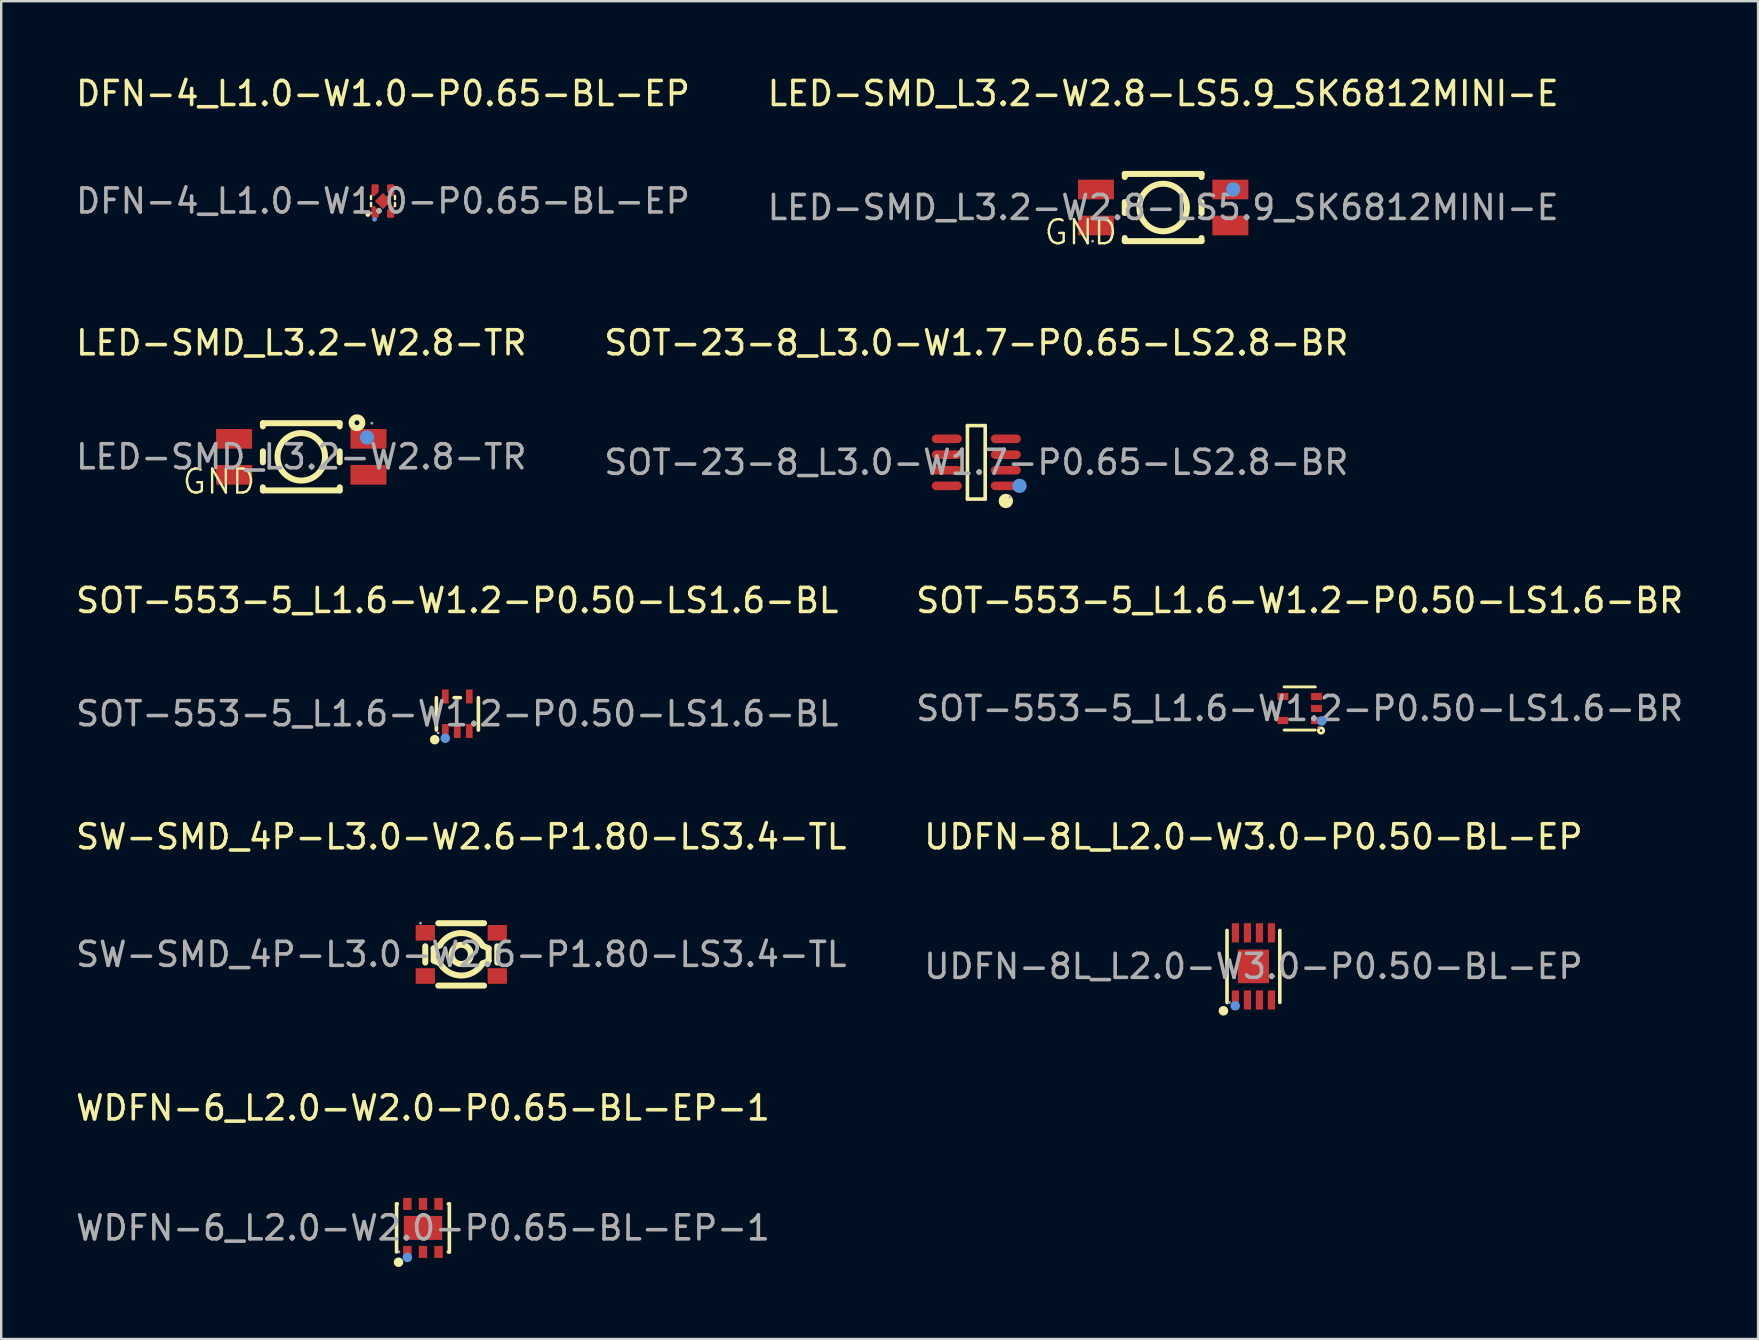
<source format=kicad_pcb>
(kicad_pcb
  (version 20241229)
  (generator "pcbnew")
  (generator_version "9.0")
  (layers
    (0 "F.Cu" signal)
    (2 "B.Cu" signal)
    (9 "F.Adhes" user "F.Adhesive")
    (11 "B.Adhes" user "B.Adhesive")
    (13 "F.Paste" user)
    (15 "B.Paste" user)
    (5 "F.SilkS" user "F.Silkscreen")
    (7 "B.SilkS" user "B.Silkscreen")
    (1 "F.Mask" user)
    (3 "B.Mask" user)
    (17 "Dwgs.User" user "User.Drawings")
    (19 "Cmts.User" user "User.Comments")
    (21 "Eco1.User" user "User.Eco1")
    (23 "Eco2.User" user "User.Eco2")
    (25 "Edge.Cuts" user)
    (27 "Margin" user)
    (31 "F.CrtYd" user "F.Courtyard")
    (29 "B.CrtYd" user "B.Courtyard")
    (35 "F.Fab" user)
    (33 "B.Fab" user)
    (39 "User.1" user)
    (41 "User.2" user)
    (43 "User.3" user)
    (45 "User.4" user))
  (footprint "SOT-553-5_L1.6-W1.2-P0.50-LS1.6-BR"
    (layer "F.Cu")
    (at 51.113 26.475)
    (property "Reference" "SOT-553-5_L1.6-W1.2-P0.50-LS1.6-BR" (at 0 -4.5 0) (layer "F.SilkS") (effects (font (size 1 1) (thickness 0.15))))
    (attr smd)
    (fp_line (start -0.65 -0.9) (end 0.65 -0.9) (stroke (width 0.12) (type solid)) (layer "F.SilkS"))
    (fp_line (start -0.65 0.9) (end 0.65 0.9) (stroke (width 0.12) (type solid)) (layer "F.SilkS"))
    (fp_circle (center 0.89 0.92) (end 0.94 0.92) (stroke (width 0.12) (type solid)) (fill no) (layer "F.SilkS"))
    (fp_circle (center 0.92 0.52) (end 1.02 0.52) (stroke (width 0.2) (type solid)) (fill no) (layer "Cmts.User"))
    (fp_circle (center 0.8 0.8) (end 0.83 0.8) (stroke (width 0.06) (type solid)) (fill no) (layer "F.Fab"))
    (fp_text user "${REFERENCE}" (at 0 0 0) (layer "F.Fab") (effects (font (size 1 1) (thickness 0.15))))
    (pad "1" smd rect (at 0.7 0.5) (size 0.45 0.3) (layers "F.Cu" "F.Mask" "F.Paste"))
    (pad "2" smd rect (at 0.7 0) (size 0.45 0.3) (layers "F.Cu" "F.Mask" "F.Paste"))
    (pad "3" smd rect (at 0.7 -0.5) (size 0.45 0.3) (layers "F.Cu" "F.Mask" "F.Paste"))
    (pad "4" smd rect (at -0.7 -0.5) (size 0.45 0.3) (layers "F.Cu" "F.Mask" "F.Paste"))
    (pad "5" smd rect (at -0.7 0.5) (size 0.45 0.3) (layers "F.Cu" "F.Mask" "F.Paste")))
  (footprint "LED-SMD_L3.2-W2.8-TR"
    (layer "F.Cu")
    (at 9.506 15.987)
    (property "Reference" "LED-SMD_L3.2-W2.8-TR" (at 0 -4.75 0) (layer "F.SilkS") (effects (font (size 1 1) (thickness 0.15))))
    (attr smd)
    (fp_line (start -1.6 -1.4) (end -1.6 -1.27) (stroke (width 0.25) (type solid)) (layer "F.SilkS"))
    (fp_line (start -1.6 -1.4) (end 1.6 -1.4) (stroke (width 0.25) (type solid)) (layer "F.SilkS"))
    (fp_line (start -1.6 -0.23) (end -1.6 0.23) (stroke (width 0.25) (type solid)) (layer "F.SilkS"))
    (fp_line (start -1.6 1.27) (end -1.6 1.4) (stroke (width 0.25) (type solid)) (layer "F.SilkS"))
    (fp_line (start -1.6 1.4) (end 1.6 1.4) (stroke (width 0.25) (type solid)) (layer "F.SilkS"))
    (fp_line (start 1.6 -1.4) (end 1.6 -1.27) (stroke (width 0.25) (type solid)) (layer "F.SilkS"))
    (fp_line (start 1.6 -0.23) (end 1.6 0.23) (stroke (width 0.25) (type solid)) (layer "F.SilkS"))
    (fp_line (start 1.6 1.27) (end 1.6 1.4) (stroke (width 0.25) (type solid)) (layer "F.SilkS"))
    (fp_circle (center 0 0) (end 0.99 0) (stroke (width 0.25) (type solid)) (fill no) (layer "F.SilkS"))
    (fp_circle (center 2.32 -1.42) (end 2.42 -1.42) (stroke (width 0.25) (type solid)) (fill no) (layer "F.SilkS"))
    (fp_circle (center 2.74 -0.81) (end 2.89 -0.81) (stroke (width 0.3) (type solid)) (fill no) (layer "Cmts.User"))
    (fp_circle (center 2.94 -1.4) (end 2.97 -1.4) (stroke (width 0.06) (type solid)) (fill no) (layer "F.Fab"))
    (fp_text user "GND" (at -5.02 1.03 0) (layer "F.SilkS") (effects (font (size 1 1) (thickness 0.1)) (justify left)))
    (fp_text user "${REFERENCE}" (at 0 0 0) (layer "F.Fab") (effects (font (size 1 1) (thickness 0.15))))
    (pad "1" smd rect (at 2.8 -0.75 90) (size 0.82 1.5) (layers "F.Cu" "F.Mask" "F.Paste"))
    (pad "2" smd rect (at 2.8 0.75 90) (size 0.82 1.5) (layers "F.Cu" "F.Mask" "F.Paste"))
    (pad "3" smd rect (at -2.8 0.75 90) (size 0.82 1.5) (layers "F.Cu" "F.Mask" "F.Paste"))
    (pad "4" smd rect (at -2.8 -0.75 90) (size 0.82 1.5) (layers "F.Cu" "F.Mask" "F.Paste")))
  (footprint "SOT-553-5_L1.6-W1.2-P0.50-LS1.6-BL"
    (layer "F.Cu")
    (at 16.006 26.695)
    (property "Reference" "SOT-553-5_L1.6-W1.2-P0.50-LS1.6-BL" (at 0 -4.72 0) (layer "F.SilkS") (effects (font (size 1 1) (thickness 0.15))))
    (attr smd)
    (fp_line (start -0.87 0.68) (end -0.87 -0.67) (stroke (width 0.15) (type solid)) (layer "F.SilkS"))
    (fp_line (start 0.13 -0.67) (end -0.13 -0.67) (stroke (width 0.15) (type solid)) (layer "F.SilkS"))
    (fp_line (start 0.88 0.68) (end 0.88 -0.67) (stroke (width 0.15) (type solid)) (layer "F.SilkS"))
    (fp_circle (center -0.94 1.08) (end -0.84 1.08) (stroke (width 0.2) (type solid)) (fill no) (layer "F.SilkS"))
    (fp_circle (center -0.5 1.02) (end -0.4 1.02) (stroke (width 0.2) (type solid)) (fill no) (layer "Cmts.User"))
    (fp_circle (center -0.8 0.8) (end -0.77 0.8) (stroke (width 0.06) (type solid)) (fill no) (layer "F.Fab"))
    (fp_text user "${REFERENCE}" (at 0 0 0) (layer "F.Fab") (effects (font (size 1 1) (thickness 0.15))))
    (pad "1" smd rect (at -0.5 0.72) (size 0.28 0.58) (layers "F.Cu" "F.Mask" "F.Paste"))
    (pad "2" smd rect (at 0 0.72) (size 0.28 0.58) (layers "F.Cu" "F.Mask" "F.Paste"))
    (pad "3" smd rect (at 0.5 0.72) (size 0.28 0.58) (layers "F.Cu" "F.Mask" "F.Paste"))
    (pad "4" smd rect (at 0.5 -0.72) (size 0.28 0.58) (layers "F.Cu" "F.Mask" "F.Paste"))
    (pad "5" smd rect (at -0.5 -0.72) (size 0.28 0.58) (layers "F.Cu" "F.Mask" "F.Paste")))
  (footprint "UDFN-8L_L2.0-W3.0-P0.50-BL-EP"
    (layer "F.Cu")
    (at 49.185 37.224)
    (property "Reference" "UDFN-8L_L2.0-W3.0-P0.50-BL-EP" (at 0 -5.4 0) (layer "F.SilkS") (effects (font (size 1 1) (thickness 0.15))))
    (attr smd)
    (fp_line (start -1.1 1.5) (end -1.1 -1.5) (stroke (width 0.15) (type solid)) (layer "F.SilkS"))
    (fp_line (start 1.1 -1.5) (end 1.1 1.5) (stroke (width 0.15) (type solid)) (layer "F.SilkS"))
    (fp_circle (center -1.25 1.85) (end -1.15 1.85) (stroke (width 0.2) (type solid)) (fill no) (layer "F.SilkS"))
    (fp_circle (center -0.76 1.64) (end -0.66 1.64) (stroke (width 0.2) (type solid)) (fill no) (layer "Cmts.User"))
    (fp_circle (center -1 1.5) (end -0.97 1.5) (stroke (width 0.06) (type solid)) (fill no) (layer "F.Fab"))
    (fp_text user "${REFERENCE}" (at 0 0 0) (layer "F.Fab") (effects (font (size 1 1) (thickness 0.15))))
    (pad "1" smd rect (at -0.75 1.4 180) (size 0.3 0.8) (layers "F.Cu" "F.Mask" "F.Paste"))
    (pad "2" smd rect (at -0.25 1.4) (size 0.3 0.8) (layers "F.Cu" "F.Mask" "F.Paste"))
    (pad "3" smd rect (at 0.25 1.4) (size 0.3 0.8) (layers "F.Cu" "F.Mask" "F.Paste"))
    (pad "4" smd rect (at 0.75 1.4) (size 0.3 0.8) (layers "F.Cu" "F.Mask" "F.Paste"))
    (pad "5" smd rect (at 0.75 -1.4) (size 0.3 0.8) (layers "F.Cu" "F.Mask" "F.Paste"))
    (pad "6" smd rect (at 0.25 -1.4) (size 0.3 0.8) (layers "F.Cu" "F.Mask" "F.Paste"))
    (pad "7" smd rect (at -0.25 -1.4) (size 0.3 0.8) (layers "F.Cu" "F.Mask" "F.Paste"))
    (pad "8" smd rect (at -0.75 -1.4) (size 0.3 0.8) (layers "F.Cu" "F.Mask" "F.Paste"))
    (pad "9" smd rect (at 0 0 180) (size 1.3 1.4) (layers "F.Cu" "F.Mask" "F.Paste")))
  (footprint "DFN-4_L1.0-W1.0-P0.65-BL-EP"
    (layer "F.Cu")
    (at 12.911 5.328)
    (property "Reference" "DFN-4_L1.0-W1.0-P0.65-BL-EP" (at 0 -4.48 0) (layer "F.SilkS") (effects (font (size 1 1) (thickness 0.15))))
    (attr smd)
    (fp_line (start -0.5 -0.21) (end -0.5 -0.08) (stroke (width 0.1) (type solid)) (layer "F.SilkS"))
    (fp_line (start -0.5 0.08) (end -0.5 0.21) (stroke (width 0.1) (type solid)) (layer "F.SilkS"))
    (fp_line (start 0.5 -0.21) (end 0.5 -0.08) (stroke (width 0.1) (type solid)) (layer "F.SilkS"))
    (fp_line (start 0.5 0.08) (end 0.5 0.21) (stroke (width 0.1) (type solid)) (layer "F.SilkS"))
    (fp_circle (center -0.63 0.56) (end -0.58 0.56) (stroke (width 0.1) (type solid)) (fill no) (layer "F.SilkS"))
    (fp_circle (center -0.35 0.76) (end -0.3 0.76) (stroke (width 0.1) (type solid)) (fill no) (layer "Cmts.User"))
    (fp_circle (center -0.5 0.5) (end -0.47 0.5) (stroke (width 0.06) (type solid)) (fill no) (layer "F.Fab"))
    (fp_text user "${REFERENCE}" (at 0 0 0) (layer "F.Fab") (effects (font (size 1 1) (thickness 0.15))))
    (pad "1" smd custom (at -0.32 0.48) (size 0.01 0.01) (layers "F.Cu" "F.Mask" "F.Paste") (options (anchor circle)) (primitives (gr_poly (pts (xy 0.09 -0.08) (xy 0.09 0.17) (xy -0.11 0.17) (xy -0.11 -0.23) (xy -0.06 -0.23) (xy 0.09 -0.08)) (width 0.1) (fill yes))))
    (pad "2" smd custom (at 0.32 0.47) (size 0.01 0.01) (layers "F.Cu" "F.Mask" "F.Paste") (options (anchor circle)) (primitives (gr_poly (pts (xy 0.1 0.18) (xy -0.1 0.18) (xy -0.1 -0.07) (xy 0.05 -0.22) (xy 0.1 -0.22)) (width 0.1) (fill yes))))
    (pad "3" smd custom (at 0.32 -0.48) (size 0.01 0.01) (layers "F.Cu" "F.Mask" "F.Paste") (options (anchor circle)) (primitives (gr_poly (pts (xy 0.1 -0.17) (xy -0.1 -0.17) (xy -0.1 0.08) (xy 0.05 0.23) (xy 0.1 0.23)) (width 0.1) (fill yes))))
    (pad "4" smd custom (at -0.32 -0.48) (size 0.01 0.01) (layers "F.Cu" "F.Mask" "F.Paste") (options (anchor circle)) (primitives (gr_poly (pts (xy -0.11 -0.17) (xy 0.09 -0.17) (xy 0.09 0.08) (xy -0.06 0.23) (xy -0.11 0.23)) (width 0.1) (fill yes))))
    (pad "5" smd rect (at 0 0 45) (size 0.48 0.48) (layers "F.Cu" "F.Mask" "F.Paste")))
  (footprint "SOT-23-8_L3.0-W1.7-P0.65-LS2.8-BR"
    (layer "F.Cu")
    (at 37.637 16.217)
    (property "Reference" "SOT-23-8_L3.0-W1.7-P0.65-LS2.8-BR" (at 0 -4.98 0) (layer "F.SilkS") (effects (font (size 1 1) (thickness 0.15))))
    (attr smd)
    (fp_line (start -0.37 -1.53) (end 0.37 -1.53) (stroke (width 0.15) (type solid)) (layer "F.SilkS"))
    (fp_line (start -0.37 1.53) (end -0.37 -1.53) (stroke (width 0.15) (type solid)) (layer "F.SilkS"))
    (fp_line (start 0.37 -1.53) (end 0.37 1.53) (stroke (width 0.15) (type solid)) (layer "F.SilkS"))
    (fp_line (start 0.37 1.53) (end -0.37 1.53) (stroke (width 0.15) (type solid)) (layer "F.SilkS"))
    (fp_circle (center 1.23 1.61) (end 1.38 1.61) (stroke (width 0.3) (type solid)) (fill no) (layer "F.SilkS"))
    (fp_circle (center 1.8 0.98) (end 1.95 0.98) (stroke (width 0.3) (type solid)) (fill no) (layer "Cmts.User"))
    (fp_circle (center 1.4 1.45) (end 1.43 1.45) (stroke (width 0.06) (type solid)) (fill no) (layer "F.Fab"))
    (fp_text user "${REFERENCE}" (at 0 0 0) (layer "F.Fab") (effects (font (size 1 1) (thickness 0.15))))
    (pad "1" smd oval (at 1.23 0.98) (size 1.25 0.36) (layers "F.Cu" "F.Mask" "F.Paste"))
    (pad "2" smd oval (at 1.23 0.33) (size 1.25 0.36) (layers "F.Cu" "F.Mask" "F.Paste"))
    (pad "3" smd oval (at 1.23 -0.32) (size 1.25 0.36) (layers "F.Cu" "F.Mask" "F.Paste"))
    (pad "4" smd oval (at 1.23 -0.98) (size 1.25 0.36) (layers "F.Cu" "F.Mask" "F.Paste"))
    (pad "5" smd oval (at -1.23 -0.98) (size 1.25 0.36) (layers "F.Cu" "F.Mask" "F.Paste"))
    (pad "6" smd oval (at -1.23 -0.32) (size 1.25 0.36) (layers "F.Cu" "F.Mask" "F.Paste"))
    (pad "7" smd oval (at -1.23 0.33) (size 1.25 0.36) (layers "F.Cu" "F.Mask" "F.Paste"))
    (pad "8" smd oval (at -1.23 0.98) (size 1.25 0.36) (layers "F.Cu" "F.Mask" "F.Paste")))
  (footprint "LED-SMD_L3.2-W2.8-LS5.9_SK6812MINI-E"
    (layer "F.Cu")
    (at 45.423 5.598)
    (property "Reference" "LED-SMD_L3.2-W2.8-LS5.9_SK6812MINI-E" (at 0 -4.75 0) (layer "F.SilkS") (effects (font (size 1 1) (thickness 0.15))))
    (attr smd)
    (fp_line (start -1.6 -1.4) (end -1.6 -1.27) (stroke (width 0.25) (type solid)) (layer "F.SilkS"))
    (fp_line (start -1.6 -1.4) (end 1.6 -1.4) (stroke (width 0.25) (type solid)) (layer "F.SilkS"))
    (fp_line (start -1.6 -0.23) (end -1.6 0.23) (stroke (width 0.25) (type solid)) (layer "F.SilkS"))
    (fp_line (start -1.6 1.27) (end -1.6 1.4) (stroke (width 0.25) (type solid)) (layer "F.SilkS"))
    (fp_line (start -1.6 1.4) (end 1.6 1.4) (stroke (width 0.25) (type solid)) (layer "F.SilkS"))
    (fp_line (start 1.6 -1.4) (end 1.6 -1.27) (stroke (width 0.25) (type solid)) (layer "F.SilkS"))
    (fp_line (start 1.6 -0.23) (end 1.6 0.23) (stroke (width 0.25) (type solid)) (layer "F.SilkS"))
    (fp_line (start 1.6 1.27) (end 1.6 1.4) (stroke (width 0.25) (type solid)) (layer "F.SilkS"))
    (fp_circle (center 0 0) (end 0.99 0) (stroke (width 0.25) (type solid)) (fill no) (layer "F.SilkS"))
    (fp_circle (center 2.92 -0.76) (end 3.07 -0.76) (stroke (width 0.3) (type solid)) (fill no) (layer "Cmts.User"))
    (fp_circle (center -2.94 1.4) (end -2.91 1.4) (stroke (width 0.06) (type solid)) (fill no) (layer "F.Fab"))
    (fp_text user "GND" (at -5.02 1.03 0) (layer "F.SilkS") (effects (font (size 1 1) (thickness 0.1)) (justify left)))
    (fp_text user "${REFERENCE}" (at 0 0 0) (layer "F.Fab") (effects (font (size 1 1) (thickness 0.15))))
    (pad "1" smd rect (at 2.8 -0.75 90) (size 0.82 1.5) (layers "F.Cu" "F.Mask" "F.Paste"))
    (pad "2" smd rect (at 2.8 0.75 90) (size 0.82 1.5) (layers "F.Cu" "F.Mask" "F.Paste"))
    (pad "3" smd rect (at -2.8 0.75 90) (size 0.82 1.5) (layers "F.Cu" "F.Mask" "F.Paste"))
    (pad "4" smd rect (at -2.8 -0.75 90) (size 0.82 1.5) (layers "F.Cu" "F.Mask" "F.Paste")))
  (footprint "WDFN-6_L2.0-W2.0-P0.65-BL-EP-1"
    (layer "F.Cu")
    (at 14.577 48.122)
    (property "Reference" "WDFN-6_L2.0-W2.0-P0.65-BL-EP-1" (at 0 -5 0) (layer "F.SilkS") (effects (font (size 1 1) (thickness 0.15))))
    (attr smd)
    (fp_line (start -1.1 -1) (end -1.1 1) (stroke (width 0.15) (type solid)) (layer "F.SilkS"))
    (fp_line (start -1.1 -1) (end -1.07 -1) (stroke (width 0.15) (type solid)) (layer "F.SilkS"))
    (fp_line (start 1.06 -1) (end 1.1 -1) (stroke (width 0.15) (type solid)) (layer "F.SilkS"))
    (fp_line (start 1.1 1) (end 1.06 1) (stroke (width 0.15) (type solid)) (layer "F.SilkS"))
    (fp_line (start 1.1 1) (end 1.1 -1) (stroke (width 0.15) (type solid)) (layer "F.SilkS"))
    (fp_circle (center -1.02 1.43) (end -0.92 1.43) (stroke (width 0.2) (type solid)) (fill no) (layer "F.SilkS"))
    (fp_circle (center -0.65 1.23) (end -0.55 1.23) (stroke (width 0.2) (type solid)) (fill no) (layer "Cmts.User"))
    (fp_circle (center -1 1) (end -0.97 1) (stroke (width 0.06) (type solid)) (fill no) (layer "F.Fab"))
    (fp_text user "${REFERENCE}" (at 0 0 0) (layer "F.Fab") (effects (font (size 1 1) (thickness 0.15))))
    (pad "1" smd rect (at -0.65 1 90) (size 0.5 0.35) (layers "F.Cu" "F.Mask" "F.Paste"))
    (pad "2" smd rect (at 0 1 90) (size 0.5 0.35) (layers "F.Cu" "F.Mask" "F.Paste"))
    (pad "3" smd rect (at 0.65 1 90) (size 0.5 0.35) (layers "F.Cu" "F.Mask" "F.Paste"))
    (pad "4" smd rect (at 0.65 -1 90) (size 0.5 0.35) (layers "F.Cu" "F.Mask" "F.Paste"))
    (pad "5" smd rect (at 0 -1 90) (size 0.5 0.35) (layers "F.Cu" "F.Mask" "F.Paste"))
    (pad "6" smd rect (at -0.65 -1 90) (size 0.5 0.35) (layers "F.Cu" "F.Mask" "F.Paste"))
    (pad "7" smd rect (at 0 0 180) (size 1.6 1) (layers "F.Cu" "F.Mask" "F.Paste")))
  (footprint "SW-SMD_4P-L3.0-W2.6-P1.80-LS3.4-TL"
    (layer "F.Cu")
    (at 16.173 36.724)
    (property "Reference" "SW-SMD_4P-L3.0-W2.6-P1.80-LS3.4-TL" (at 0 -4.9 0) (layer "F.SilkS") (effects (font (size 1 1) (thickness 0.15))))
    (attr smd)
    (fp_line (start -1.5 -0.34) (end -1.5 0.34) (stroke (width 0.25) (type solid)) (layer "F.SilkS"))
    (fp_line (start -1.15 -0.25) (end -1.15 0.26) (stroke (width 0.25) (type solid)) (layer "F.SilkS"))
    (fp_line (start -1.15 0.26) (end -0.89 0.37) (stroke (width 0.25) (type solid)) (layer "F.SilkS"))
    (fp_line (start -0.89 -0.38) (end -1.15 -0.25) (stroke (width 0.25) (type solid)) (layer "F.SilkS"))
    (fp_line (start 0.89 0.38) (end 1.14 0.26) (stroke (width 0.25) (type solid)) (layer "F.SilkS"))
    (fp_line (start 0.95 -1.3) (end -0.96 -1.3) (stroke (width 0.25) (type solid)) (layer "F.SilkS"))
    (fp_line (start 0.95 1.3) (end -0.96 1.3) (stroke (width 0.25) (type solid)) (layer "F.SilkS"))
    (fp_line (start 1.14 -0.25) (end 0.89 -0.36) (stroke (width 0.25) (type solid)) (layer "F.SilkS"))
    (fp_line (start 1.14 0.26) (end 1.14 -0.25) (stroke (width 0.25) (type solid)) (layer "F.SilkS"))
    (fp_line (start 1.5 0.34) (end 1.5 -0.34) (stroke (width 0.25) (type solid)) (layer "F.SilkS"))
    (fp_arc (start -0.891384 -0.377623) (mid -0.001375 -0.890775) (end 0.89 -0.38) (stroke (width 0.25) (type solid)) (layer "F.SilkS"))
    (fp_arc (start 0.891384 0.367623) (mid 0.001375 0.880775) (end -0.89 0.37) (stroke (width 0.25) (type solid)) (layer "F.SilkS"))
    (fp_circle (center 0 0) (end 0.4 0) (stroke (width 0.25) (type solid)) (fill no) (layer "F.SilkS"))
    (fp_circle (center -1.7 -1.3) (end -1.67 -1.3) (stroke (width 0.06) (type solid)) (fill no) (layer "F.Fab"))
    (fp_text user "${REFERENCE}" (at 0 0 0) (layer "F.Fab") (effects (font (size 1 1) (thickness 0.15))))
    (pad "1" smd rect (at -1.5 -0.9) (size 0.8 0.65) (layers "F.Cu" "F.Mask" "F.Paste"))
    (pad "2" smd rect (at 1.5 -0.9) (size 0.8 0.65) (layers "F.Cu" "F.Mask" "F.Paste"))
    (pad "3" smd rect (at 1.5 0.9) (size 0.8 0.65) (layers "F.Cu" "F.Mask" "F.Paste"))
    (pad "4" smd rect (at -1.5 0.9) (size 0.8 0.65) (layers "F.Cu" "F.Mask" "F.Paste")))
  (gr_rect
    (start -3 -3)
    (end 70.214 52.752)
    (stroke (width 0.1) (type default))
    (fill no)
    (layer "Edge.Cuts")))
</source>
